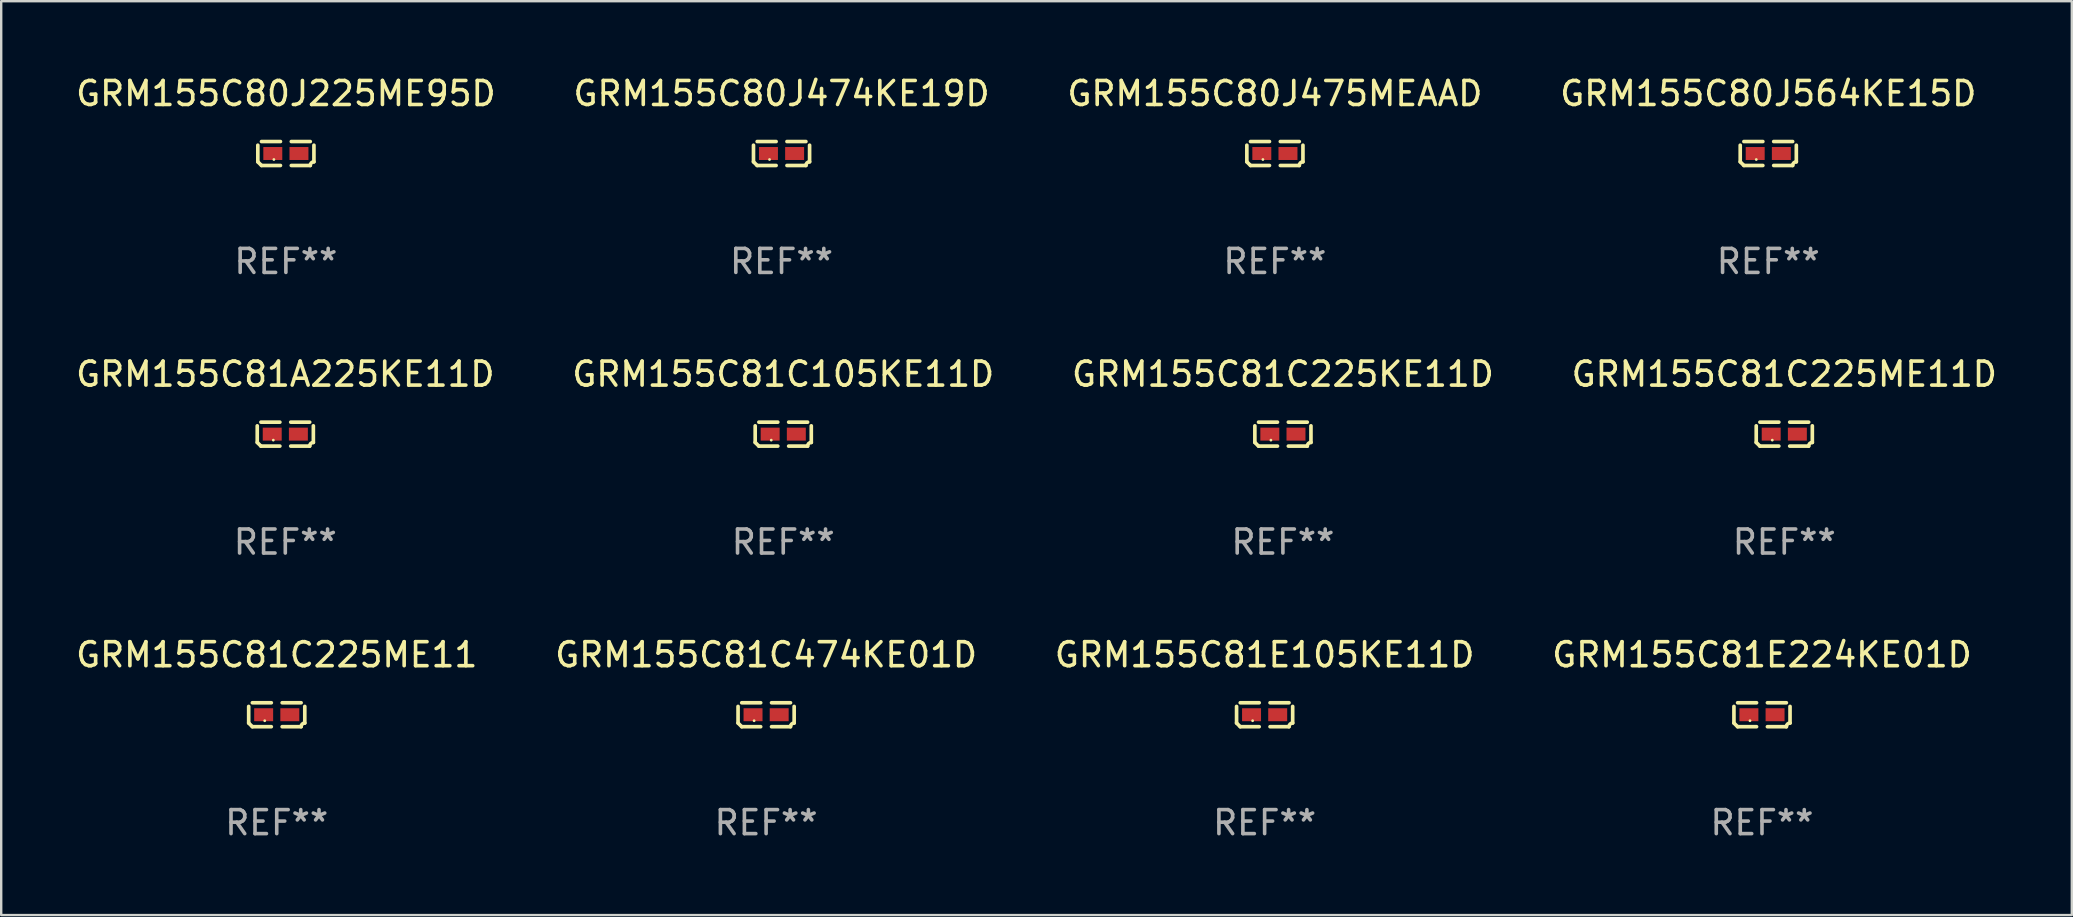
<source format=kicad_pcb>
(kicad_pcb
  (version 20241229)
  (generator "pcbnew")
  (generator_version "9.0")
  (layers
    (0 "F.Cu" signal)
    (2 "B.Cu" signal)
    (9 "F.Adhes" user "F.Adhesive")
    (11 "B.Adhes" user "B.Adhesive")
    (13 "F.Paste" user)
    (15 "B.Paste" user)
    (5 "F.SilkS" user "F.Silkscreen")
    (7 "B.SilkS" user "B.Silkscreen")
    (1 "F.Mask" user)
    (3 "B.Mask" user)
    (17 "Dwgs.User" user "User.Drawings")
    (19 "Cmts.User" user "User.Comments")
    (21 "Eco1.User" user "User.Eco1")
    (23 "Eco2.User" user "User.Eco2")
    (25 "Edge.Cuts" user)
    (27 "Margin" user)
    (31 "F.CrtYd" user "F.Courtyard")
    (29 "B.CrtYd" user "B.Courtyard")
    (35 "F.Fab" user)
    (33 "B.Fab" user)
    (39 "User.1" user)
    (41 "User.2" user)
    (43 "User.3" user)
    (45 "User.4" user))
  (footprint "GRM155C81E224KE01D"
    (layer "F.Cu")
    (at 70.375 26.734)
    (property "Reference" "GRM155C81E224KE01D" (at 0 -2.499 0) (layer "F.SilkS") (effects (font (size 1 1) (thickness 0.15))))
    (attr through_hole)
    (fp_line (start -1.169 0.346) (end -1.169 -0.346) (stroke (width 0.152) (type solid)) (layer "F.SilkS"))
    (fp_line (start -1.016 -0.499) (end -0.226 -0.499) (stroke (width 0.152) (type solid)) (layer "F.SilkS"))
    (fp_line (start -0.226 0.499) (end -1.016 0.499) (stroke (width 0.152) (type solid)) (layer "F.SilkS"))
    (fp_line (start 0.226 0.499) (end 1.016 0.499) (stroke (width 0.152) (type solid)) (layer "F.SilkS"))
    (fp_line (start 1.016 -0.499) (end 0.226 -0.499) (stroke (width 0.152) (type solid)) (layer "F.SilkS"))
    (fp_line (start 1.169 0.346) (end 1.169 -0.346) (stroke (width 0.152) (type solid)) (layer "F.SilkS"))
    (fp_arc (start -1.016307 0.498603) (mid -1.092512 0.422405) (end -1.16871 0.3462) (stroke (width 0.1524) (type solid)) (layer "F.SilkS"))
    (fp_arc (start 1.016307 0.498603) (mid 1.060899 0.390758) (end 1.168707 0.346076) (stroke (width 0.1524) (type solid)) (layer "F.SilkS"))
    (fp_circle (center -0.5 0.25) (end -0.47 0.25) (stroke (width 0.06) (type solid)) (fill no) (layer "F.SilkS"))
    (fp_text user "REF**" (at 0 4.499 0) (layer "F.Fab") (effects (font (size 1 1) (thickness 0.15))))
    (pad "1" smd rect (at -0.545 0) (size 0.79 0.54) (layers "F.Cu" "F.Mask" "F.Paste"))
    (pad "2" smd rect (at 0.545 0) (size 0.79 0.54) (layers "F.Cu" "F.Mask" "F.Paste")))
  (footprint "GRM155C81E105KE11D"
    (layer "F.Cu")
    (at 49.649 26.734)
    (property "Reference" "GRM155C81E105KE11D" (at 0 -2.499 0) (layer "F.SilkS") (effects (font (size 1 1) (thickness 0.15))))
    (attr through_hole)
    (fp_line (start -1.169 0.346) (end -1.169 -0.346) (stroke (width 0.152) (type solid)) (layer "F.SilkS"))
    (fp_line (start -1.016 -0.499) (end -0.226 -0.499) (stroke (width 0.152) (type solid)) (layer "F.SilkS"))
    (fp_line (start -0.226 0.499) (end -1.016 0.499) (stroke (width 0.152) (type solid)) (layer "F.SilkS"))
    (fp_line (start 0.226 0.499) (end 1.016 0.499) (stroke (width 0.152) (type solid)) (layer "F.SilkS"))
    (fp_line (start 1.016 -0.499) (end 0.226 -0.499) (stroke (width 0.152) (type solid)) (layer "F.SilkS"))
    (fp_line (start 1.169 0.346) (end 1.169 -0.346) (stroke (width 0.152) (type solid)) (layer "F.SilkS"))
    (fp_arc (start -1.016307 0.498603) (mid -1.092512 0.422405) (end -1.16871 0.3462) (stroke (width 0.1524) (type solid)) (layer "F.SilkS"))
    (fp_arc (start 1.016307 0.498603) (mid 1.060899 0.390758) (end 1.168707 0.346076) (stroke (width 0.1524) (type solid)) (layer "F.SilkS"))
    (fp_circle (center -0.5 0.25) (end -0.47 0.25) (stroke (width 0.06) (type solid)) (fill no) (layer "F.SilkS"))
    (fp_text user "REF**" (at 0 4.499 0) (layer "F.Fab") (effects (font (size 1 1) (thickness 0.15))))
    (pad "1" smd rect (at -0.545 0) (size 0.79 0.54) (layers "F.Cu" "F.Mask" "F.Paste"))
    (pad "2" smd rect (at 0.545 0) (size 0.79 0.54) (layers "F.Cu" "F.Mask" "F.Paste")))
  (footprint "GRM155C81C225KE11D"
    (layer "F.Cu")
    (at 50.411 15.041)
    (property "Reference" "GRM155C81C225KE11D" (at 0 -2.499 0) (layer "F.SilkS") (effects (font (size 1 1) (thickness 0.15))))
    (attr through_hole)
    (fp_line (start -1.169 0.346) (end -1.169 -0.346) (stroke (width 0.152) (type solid)) (layer "F.SilkS"))
    (fp_line (start -1.016 -0.499) (end -0.226 -0.499) (stroke (width 0.152) (type solid)) (layer "F.SilkS"))
    (fp_line (start -0.226 0.499) (end -1.016 0.499) (stroke (width 0.152) (type solid)) (layer "F.SilkS"))
    (fp_line (start 0.226 0.499) (end 1.016 0.499) (stroke (width 0.152) (type solid)) (layer "F.SilkS"))
    (fp_line (start 1.016 -0.499) (end 0.226 -0.499) (stroke (width 0.152) (type solid)) (layer "F.SilkS"))
    (fp_line (start 1.169 0.346) (end 1.169 -0.346) (stroke (width 0.152) (type solid)) (layer "F.SilkS"))
    (fp_arc (start -1.016307 0.498603) (mid -1.092512 0.422405) (end -1.16871 0.3462) (stroke (width 0.1524) (type solid)) (layer "F.SilkS"))
    (fp_arc (start 1.016307 0.498603) (mid 1.060899 0.390758) (end 1.168707 0.346076) (stroke (width 0.1524) (type solid)) (layer "F.SilkS"))
    (fp_circle (center -0.5 0.25) (end -0.47 0.25) (stroke (width 0.06) (type solid)) (fill no) (layer "F.SilkS"))
    (fp_text user "REF**" (at 0 4.499 0) (layer "F.Fab") (effects (font (size 1 1) (thickness 0.15))))
    (pad "1" smd rect (at -0.545 0) (size 0.79 0.54) (layers "F.Cu" "F.Mask" "F.Paste"))
    (pad "2" smd rect (at 0.545 0) (size 0.79 0.54) (layers "F.Cu" "F.Mask" "F.Paste")))
  (footprint "GRM155C80J564KE15D"
    (layer "F.Cu")
    (at 70.637 3.347)
    (property "Reference" "GRM155C80J564KE15D" (at 0 -2.499 0) (layer "F.SilkS") (effects (font (size 1 1) (thickness 0.15))))
    (attr through_hole)
    (fp_line (start -1.169 0.346) (end -1.169 -0.346) (stroke (width 0.152) (type solid)) (layer "F.SilkS"))
    (fp_line (start -1.016 -0.499) (end -0.226 -0.499) (stroke (width 0.152) (type solid)) (layer "F.SilkS"))
    (fp_line (start -0.226 0.499) (end -1.016 0.499) (stroke (width 0.152) (type solid)) (layer "F.SilkS"))
    (fp_line (start 0.226 0.499) (end 1.016 0.499) (stroke (width 0.152) (type solid)) (layer "F.SilkS"))
    (fp_line (start 1.016 -0.499) (end 0.226 -0.499) (stroke (width 0.152) (type solid)) (layer "F.SilkS"))
    (fp_line (start 1.169 0.346) (end 1.169 -0.346) (stroke (width 0.152) (type solid)) (layer "F.SilkS"))
    (fp_arc (start -1.016307 0.498603) (mid -1.092512 0.422405) (end -1.16871 0.3462) (stroke (width 0.1524) (type solid)) (layer "F.SilkS"))
    (fp_arc (start 1.016307 0.498603) (mid 1.060899 0.390758) (end 1.168707 0.346076) (stroke (width 0.1524) (type solid)) (layer "F.SilkS"))
    (fp_circle (center -0.5 0.25) (end -0.47 0.25) (stroke (width 0.06) (type solid)) (fill no) (layer "F.SilkS"))
    (fp_text user "REF**" (at 0 4.499 0) (layer "F.Fab") (effects (font (size 1 1) (thickness 0.15))))
    (pad "1" smd rect (at -0.545 0) (size 0.79 0.54) (layers "F.Cu" "F.Mask" "F.Paste"))
    (pad "2" smd rect (at 0.545 0) (size 0.79 0.54) (layers "F.Cu" "F.Mask" "F.Paste")))
  (footprint "GRM155C81A225KE11D"
    (layer "F.Cu")
    (at 8.839 15.041)
    (property "Reference" "GRM155C81A225KE11D" (at 0 -2.499 0) (layer "F.SilkS") (effects (font (size 1 1) (thickness 0.15))))
    (attr through_hole)
    (fp_line (start -1.169 0.346) (end -1.169 -0.346) (stroke (width 0.152) (type solid)) (layer "F.SilkS"))
    (fp_line (start -1.016 -0.499) (end -0.226 -0.499) (stroke (width 0.152) (type solid)) (layer "F.SilkS"))
    (fp_line (start -0.226 0.499) (end -1.016 0.499) (stroke (width 0.152) (type solid)) (layer "F.SilkS"))
    (fp_line (start 0.226 0.499) (end 1.016 0.499) (stroke (width 0.152) (type solid)) (layer "F.SilkS"))
    (fp_line (start 1.016 -0.499) (end 0.226 -0.499) (stroke (width 0.152) (type solid)) (layer "F.SilkS"))
    (fp_line (start 1.169 0.346) (end 1.169 -0.346) (stroke (width 0.152) (type solid)) (layer "F.SilkS"))
    (fp_arc (start -1.016307 0.498603) (mid -1.092512 0.422405) (end -1.16871 0.3462) (stroke (width 0.1524) (type solid)) (layer "F.SilkS"))
    (fp_arc (start 1.016307 0.498603) (mid 1.060899 0.390758) (end 1.168707 0.346076) (stroke (width 0.1524) (type solid)) (layer "F.SilkS"))
    (fp_circle (center -0.5 0.25) (end -0.47 0.25) (stroke (width 0.06) (type solid)) (fill no) (layer "F.SilkS"))
    (fp_text user "REF**" (at 0 4.499 0) (layer "F.Fab") (effects (font (size 1 1) (thickness 0.15))))
    (pad "1" smd rect (at -0.545 0) (size 0.79 0.54) (layers "F.Cu" "F.Mask" "F.Paste"))
    (pad "2" smd rect (at 0.545 0) (size 0.79 0.54) (layers "F.Cu" "F.Mask" "F.Paste")))
  (footprint "GRM155C80J225ME95D"
    (layer "F.Cu")
    (at 8.863 3.347)
    (property "Reference" "GRM155C80J225ME95D" (at 0 -2.499 0) (layer "F.SilkS") (effects (font (size 1 1) (thickness 0.15))))
    (attr through_hole)
    (fp_line (start -1.169 0.346) (end -1.169 -0.346) (stroke (width 0.152) (type solid)) (layer "F.SilkS"))
    (fp_line (start -1.016 -0.499) (end -0.226 -0.499) (stroke (width 0.152) (type solid)) (layer "F.SilkS"))
    (fp_line (start -0.226 0.499) (end -1.016 0.499) (stroke (width 0.152) (type solid)) (layer "F.SilkS"))
    (fp_line (start 0.226 0.499) (end 1.016 0.499) (stroke (width 0.152) (type solid)) (layer "F.SilkS"))
    (fp_line (start 1.016 -0.499) (end 0.226 -0.499) (stroke (width 0.152) (type solid)) (layer "F.SilkS"))
    (fp_line (start 1.169 0.346) (end 1.169 -0.346) (stroke (width 0.152) (type solid)) (layer "F.SilkS"))
    (fp_arc (start -1.016307 0.498603) (mid -1.092512 0.422405) (end -1.16871 0.3462) (stroke (width 0.1524) (type solid)) (layer "F.SilkS"))
    (fp_arc (start 1.016307 0.498603) (mid 1.060899 0.390758) (end 1.168707 0.346076) (stroke (width 0.1524) (type solid)) (layer "F.SilkS"))
    (fp_circle (center -0.5 0.25) (end -0.47 0.25) (stroke (width 0.06) (type solid)) (fill no) (layer "F.SilkS"))
    (fp_text user "REF**" (at 0 4.499 0) (layer "F.Fab") (effects (font (size 1 1) (thickness 0.15))))
    (pad "1" smd rect (at -0.545 0) (size 0.79 0.54) (layers "F.Cu" "F.Mask" "F.Paste"))
    (pad "2" smd rect (at 0.545 0) (size 0.79 0.54) (layers "F.Cu" "F.Mask" "F.Paste")))
  (footprint "GRM155C81C225ME11"
    (layer "F.Cu")
    (at 8.482 26.734)
    (property "Reference" "GRM155C81C225ME11" (at 0 -2.499 0) (layer "F.SilkS") (effects (font (size 1 1) (thickness 0.15))))
    (attr through_hole)
    (fp_line (start -1.169 0.346) (end -1.169 -0.346) (stroke (width 0.152) (type solid)) (layer "F.SilkS"))
    (fp_line (start -1.016 -0.499) (end -0.226 -0.499) (stroke (width 0.152) (type solid)) (layer "F.SilkS"))
    (fp_line (start -0.226 0.499) (end -1.016 0.499) (stroke (width 0.152) (type solid)) (layer "F.SilkS"))
    (fp_line (start 0.226 0.499) (end 1.016 0.499) (stroke (width 0.152) (type solid)) (layer "F.SilkS"))
    (fp_line (start 1.016 -0.499) (end 0.226 -0.499) (stroke (width 0.152) (type solid)) (layer "F.SilkS"))
    (fp_line (start 1.169 0.346) (end 1.169 -0.346) (stroke (width 0.152) (type solid)) (layer "F.SilkS"))
    (fp_arc (start -1.016307 0.498603) (mid -1.092512 0.422405) (end -1.16871 0.3462) (stroke (width 0.1524) (type solid)) (layer "F.SilkS"))
    (fp_arc (start 1.016307 0.498603) (mid 1.060899 0.390758) (end 1.168707 0.346076) (stroke (width 0.1524) (type solid)) (layer "F.SilkS"))
    (fp_circle (center -0.5 0.25) (end -0.47 0.25) (stroke (width 0.06) (type solid)) (fill no) (layer "F.SilkS"))
    (fp_text user "REF**" (at 0 4.499 0) (layer "F.Fab") (effects (font (size 1 1) (thickness 0.15))))
    (pad "1" smd rect (at -0.545 0) (size 0.79 0.54) (layers "F.Cu" "F.Mask" "F.Paste"))
    (pad "2" smd rect (at 0.545 0) (size 0.79 0.54) (layers "F.Cu" "F.Mask" "F.Paste")))
  (footprint "GRM155C81C225ME11D"
    (layer "F.Cu")
    (at 71.304 15.041)
    (property "Reference" "GRM155C81C225ME11D" (at 0 -2.499 0) (layer "F.SilkS") (effects (font (size 1 1) (thickness 0.15))))
    (attr through_hole)
    (fp_line (start -1.169 0.346) (end -1.169 -0.346) (stroke (width 0.152) (type solid)) (layer "F.SilkS"))
    (fp_line (start -1.016 -0.499) (end -0.226 -0.499) (stroke (width 0.152) (type solid)) (layer "F.SilkS"))
    (fp_line (start -0.226 0.499) (end -1.016 0.499) (stroke (width 0.152) (type solid)) (layer "F.SilkS"))
    (fp_line (start 0.226 0.499) (end 1.016 0.499) (stroke (width 0.152) (type solid)) (layer "F.SilkS"))
    (fp_line (start 1.016 -0.499) (end 0.226 -0.499) (stroke (width 0.152) (type solid)) (layer "F.SilkS"))
    (fp_line (start 1.169 0.346) (end 1.169 -0.346) (stroke (width 0.152) (type solid)) (layer "F.SilkS"))
    (fp_arc (start -1.016307 0.498603) (mid -1.092512 0.422405) (end -1.16871 0.3462) (stroke (width 0.1524) (type solid)) (layer "F.SilkS"))
    (fp_arc (start 1.016307 0.498603) (mid 1.060899 0.390758) (end 1.168707 0.346076) (stroke (width 0.1524) (type solid)) (layer "F.SilkS"))
    (fp_circle (center -0.5 0.25) (end -0.47 0.25) (stroke (width 0.06) (type solid)) (fill no) (layer "F.SilkS"))
    (fp_text user "REF**" (at 0 4.499 0) (layer "F.Fab") (effects (font (size 1 1) (thickness 0.15))))
    (pad "1" smd rect (at -0.545 0) (size 0.79 0.54) (layers "F.Cu" "F.Mask" "F.Paste"))
    (pad "2" smd rect (at 0.545 0) (size 0.79 0.54) (layers "F.Cu" "F.Mask" "F.Paste")))
  (footprint "GRM155C81C105KE11D"
    (layer "F.Cu")
    (at 29.589 15.041)
    (property "Reference" "GRM155C81C105KE11D" (at 0 -2.499 0) (layer "F.SilkS") (effects (font (size 1 1) (thickness 0.15))))
    (attr through_hole)
    (fp_line (start -1.169 0.346) (end -1.169 -0.346) (stroke (width 0.152) (type solid)) (layer "F.SilkS"))
    (fp_line (start -1.016 -0.499) (end -0.226 -0.499) (stroke (width 0.152) (type solid)) (layer "F.SilkS"))
    (fp_line (start -0.226 0.499) (end -1.016 0.499) (stroke (width 0.152) (type solid)) (layer "F.SilkS"))
    (fp_line (start 0.226 0.499) (end 1.016 0.499) (stroke (width 0.152) (type solid)) (layer "F.SilkS"))
    (fp_line (start 1.016 -0.499) (end 0.226 -0.499) (stroke (width 0.152) (type solid)) (layer "F.SilkS"))
    (fp_line (start 1.169 0.346) (end 1.169 -0.346) (stroke (width 0.152) (type solid)) (layer "F.SilkS"))
    (fp_arc (start -1.016307 0.498603) (mid -1.092512 0.422405) (end -1.16871 0.3462) (stroke (width 0.1524) (type solid)) (layer "F.SilkS"))
    (fp_arc (start 1.016307 0.498603) (mid 1.060899 0.390758) (end 1.168707 0.346076) (stroke (width 0.1524) (type solid)) (layer "F.SilkS"))
    (fp_circle (center -0.5 0.25) (end -0.47 0.25) (stroke (width 0.06) (type solid)) (fill no) (layer "F.SilkS"))
    (fp_text user "REF**" (at 0 4.499 0) (layer "F.Fab") (effects (font (size 1 1) (thickness 0.15))))
    (pad "1" smd rect (at -0.545 0) (size 0.79 0.54) (layers "F.Cu" "F.Mask" "F.Paste"))
    (pad "2" smd rect (at 0.545 0) (size 0.79 0.54) (layers "F.Cu" "F.Mask" "F.Paste")))
  (footprint "GRM155C81C474KE01D"
    (layer "F.Cu")
    (at 28.875 26.734)
    (property "Reference" "GRM155C81C474KE01D" (at 0 -2.499 0) (layer "F.SilkS") (effects (font (size 1 1) (thickness 0.15))))
    (attr through_hole)
    (fp_line (start -1.169 0.346) (end -1.169 -0.346) (stroke (width 0.152) (type solid)) (layer "F.SilkS"))
    (fp_line (start -1.016 -0.499) (end -0.226 -0.499) (stroke (width 0.152) (type solid)) (layer "F.SilkS"))
    (fp_line (start -0.226 0.499) (end -1.016 0.499) (stroke (width 0.152) (type solid)) (layer "F.SilkS"))
    (fp_line (start 0.226 0.499) (end 1.016 0.499) (stroke (width 0.152) (type solid)) (layer "F.SilkS"))
    (fp_line (start 1.016 -0.499) (end 0.226 -0.499) (stroke (width 0.152) (type solid)) (layer "F.SilkS"))
    (fp_line (start 1.169 0.346) (end 1.169 -0.346) (stroke (width 0.152) (type solid)) (layer "F.SilkS"))
    (fp_arc (start -1.016307 0.498603) (mid -1.092512 0.422405) (end -1.16871 0.3462) (stroke (width 0.1524) (type solid)) (layer "F.SilkS"))
    (fp_arc (start 1.016307 0.498603) (mid 1.060899 0.390758) (end 1.168707 0.346076) (stroke (width 0.1524) (type solid)) (layer "F.SilkS"))
    (fp_circle (center -0.5 0.25) (end -0.47 0.25) (stroke (width 0.06) (type solid)) (fill no) (layer "F.SilkS"))
    (fp_text user "REF**" (at 0 4.499 0) (layer "F.Fab") (effects (font (size 1 1) (thickness 0.15))))
    (pad "1" smd rect (at -0.545 0) (size 0.79 0.54) (layers "F.Cu" "F.Mask" "F.Paste"))
    (pad "2" smd rect (at 0.545 0) (size 0.79 0.54) (layers "F.Cu" "F.Mask" "F.Paste")))
  (footprint "GRM155C80J475MEAAD"
    (layer "F.Cu")
    (at 50.077 3.347)
    (property "Reference" "GRM155C80J475MEAAD" (at 0 -2.499 0) (layer "F.SilkS") (effects (font (size 1 1) (thickness 0.15))))
    (attr through_hole)
    (fp_line (start -1.169 0.346) (end -1.169 -0.346) (stroke (width 0.152) (type solid)) (layer "F.SilkS"))
    (fp_line (start -1.016 -0.499) (end -0.226 -0.499) (stroke (width 0.152) (type solid)) (layer "F.SilkS"))
    (fp_line (start -0.226 0.499) (end -1.016 0.499) (stroke (width 0.152) (type solid)) (layer "F.SilkS"))
    (fp_line (start 0.226 0.499) (end 1.016 0.499) (stroke (width 0.152) (type solid)) (layer "F.SilkS"))
    (fp_line (start 1.016 -0.499) (end 0.226 -0.499) (stroke (width 0.152) (type solid)) (layer "F.SilkS"))
    (fp_line (start 1.169 0.346) (end 1.169 -0.346) (stroke (width 0.152) (type solid)) (layer "F.SilkS"))
    (fp_arc (start -1.016307 0.498603) (mid -1.092512 0.422405) (end -1.16871 0.3462) (stroke (width 0.1524) (type solid)) (layer "F.SilkS"))
    (fp_arc (start 1.016307 0.498603) (mid 1.060899 0.390758) (end 1.168707 0.346076) (stroke (width 0.1524) (type solid)) (layer "F.SilkS"))
    (fp_circle (center -0.5 0.25) (end -0.47 0.25) (stroke (width 0.06) (type solid)) (fill no) (layer "F.SilkS"))
    (fp_text user "REF**" (at 0 4.499 0) (layer "F.Fab") (effects (font (size 1 1) (thickness 0.15))))
    (pad "1" smd rect (at -0.545 0) (size 0.79 0.54) (layers "F.Cu" "F.Mask" "F.Paste"))
    (pad "2" smd rect (at 0.545 0) (size 0.79 0.54) (layers "F.Cu" "F.Mask" "F.Paste")))
  (footprint "GRM155C80J474KE19D"
    (layer "F.Cu")
    (at 29.518 3.347)
    (property "Reference" "GRM155C80J474KE19D" (at 0 -2.499 0) (layer "F.SilkS") (effects (font (size 1 1) (thickness 0.15))))
    (attr through_hole)
    (fp_line (start -1.169 0.346) (end -1.169 -0.346) (stroke (width 0.152) (type solid)) (layer "F.SilkS"))
    (fp_line (start -1.016 -0.499) (end -0.226 -0.499) (stroke (width 0.152) (type solid)) (layer "F.SilkS"))
    (fp_line (start -0.226 0.499) (end -1.016 0.499) (stroke (width 0.152) (type solid)) (layer "F.SilkS"))
    (fp_line (start 0.226 0.499) (end 1.016 0.499) (stroke (width 0.152) (type solid)) (layer "F.SilkS"))
    (fp_line (start 1.016 -0.499) (end 0.226 -0.499) (stroke (width 0.152) (type solid)) (layer "F.SilkS"))
    (fp_line (start 1.169 0.346) (end 1.169 -0.346) (stroke (width 0.152) (type solid)) (layer "F.SilkS"))
    (fp_arc (start -1.016307 0.498603) (mid -1.092512 0.422405) (end -1.16871 0.3462) (stroke (width 0.1524) (type solid)) (layer "F.SilkS"))
    (fp_arc (start 1.016307 0.498603) (mid 1.060899 0.390758) (end 1.168707 0.346076) (stroke (width 0.1524) (type solid)) (layer "F.SilkS"))
    (fp_circle (center -0.5 0.25) (end -0.47 0.25) (stroke (width 0.06) (type solid)) (fill no) (layer "F.SilkS"))
    (fp_text user "REF**" (at 0 4.499 0) (layer "F.Fab") (effects (font (size 1 1) (thickness 0.15))))
    (pad "1" smd rect (at -0.545 0) (size 0.79 0.54) (layers "F.Cu" "F.Mask" "F.Paste"))
    (pad "2" smd rect (at 0.545 0) (size 0.79 0.54) (layers "F.Cu" "F.Mask" "F.Paste")))
  (gr_rect
    (start -3 -3)
    (end 83.286 35.081)
    (stroke (width 0.1) (type default))
    (fill no)
    (layer "Edge.Cuts")))
</source>
